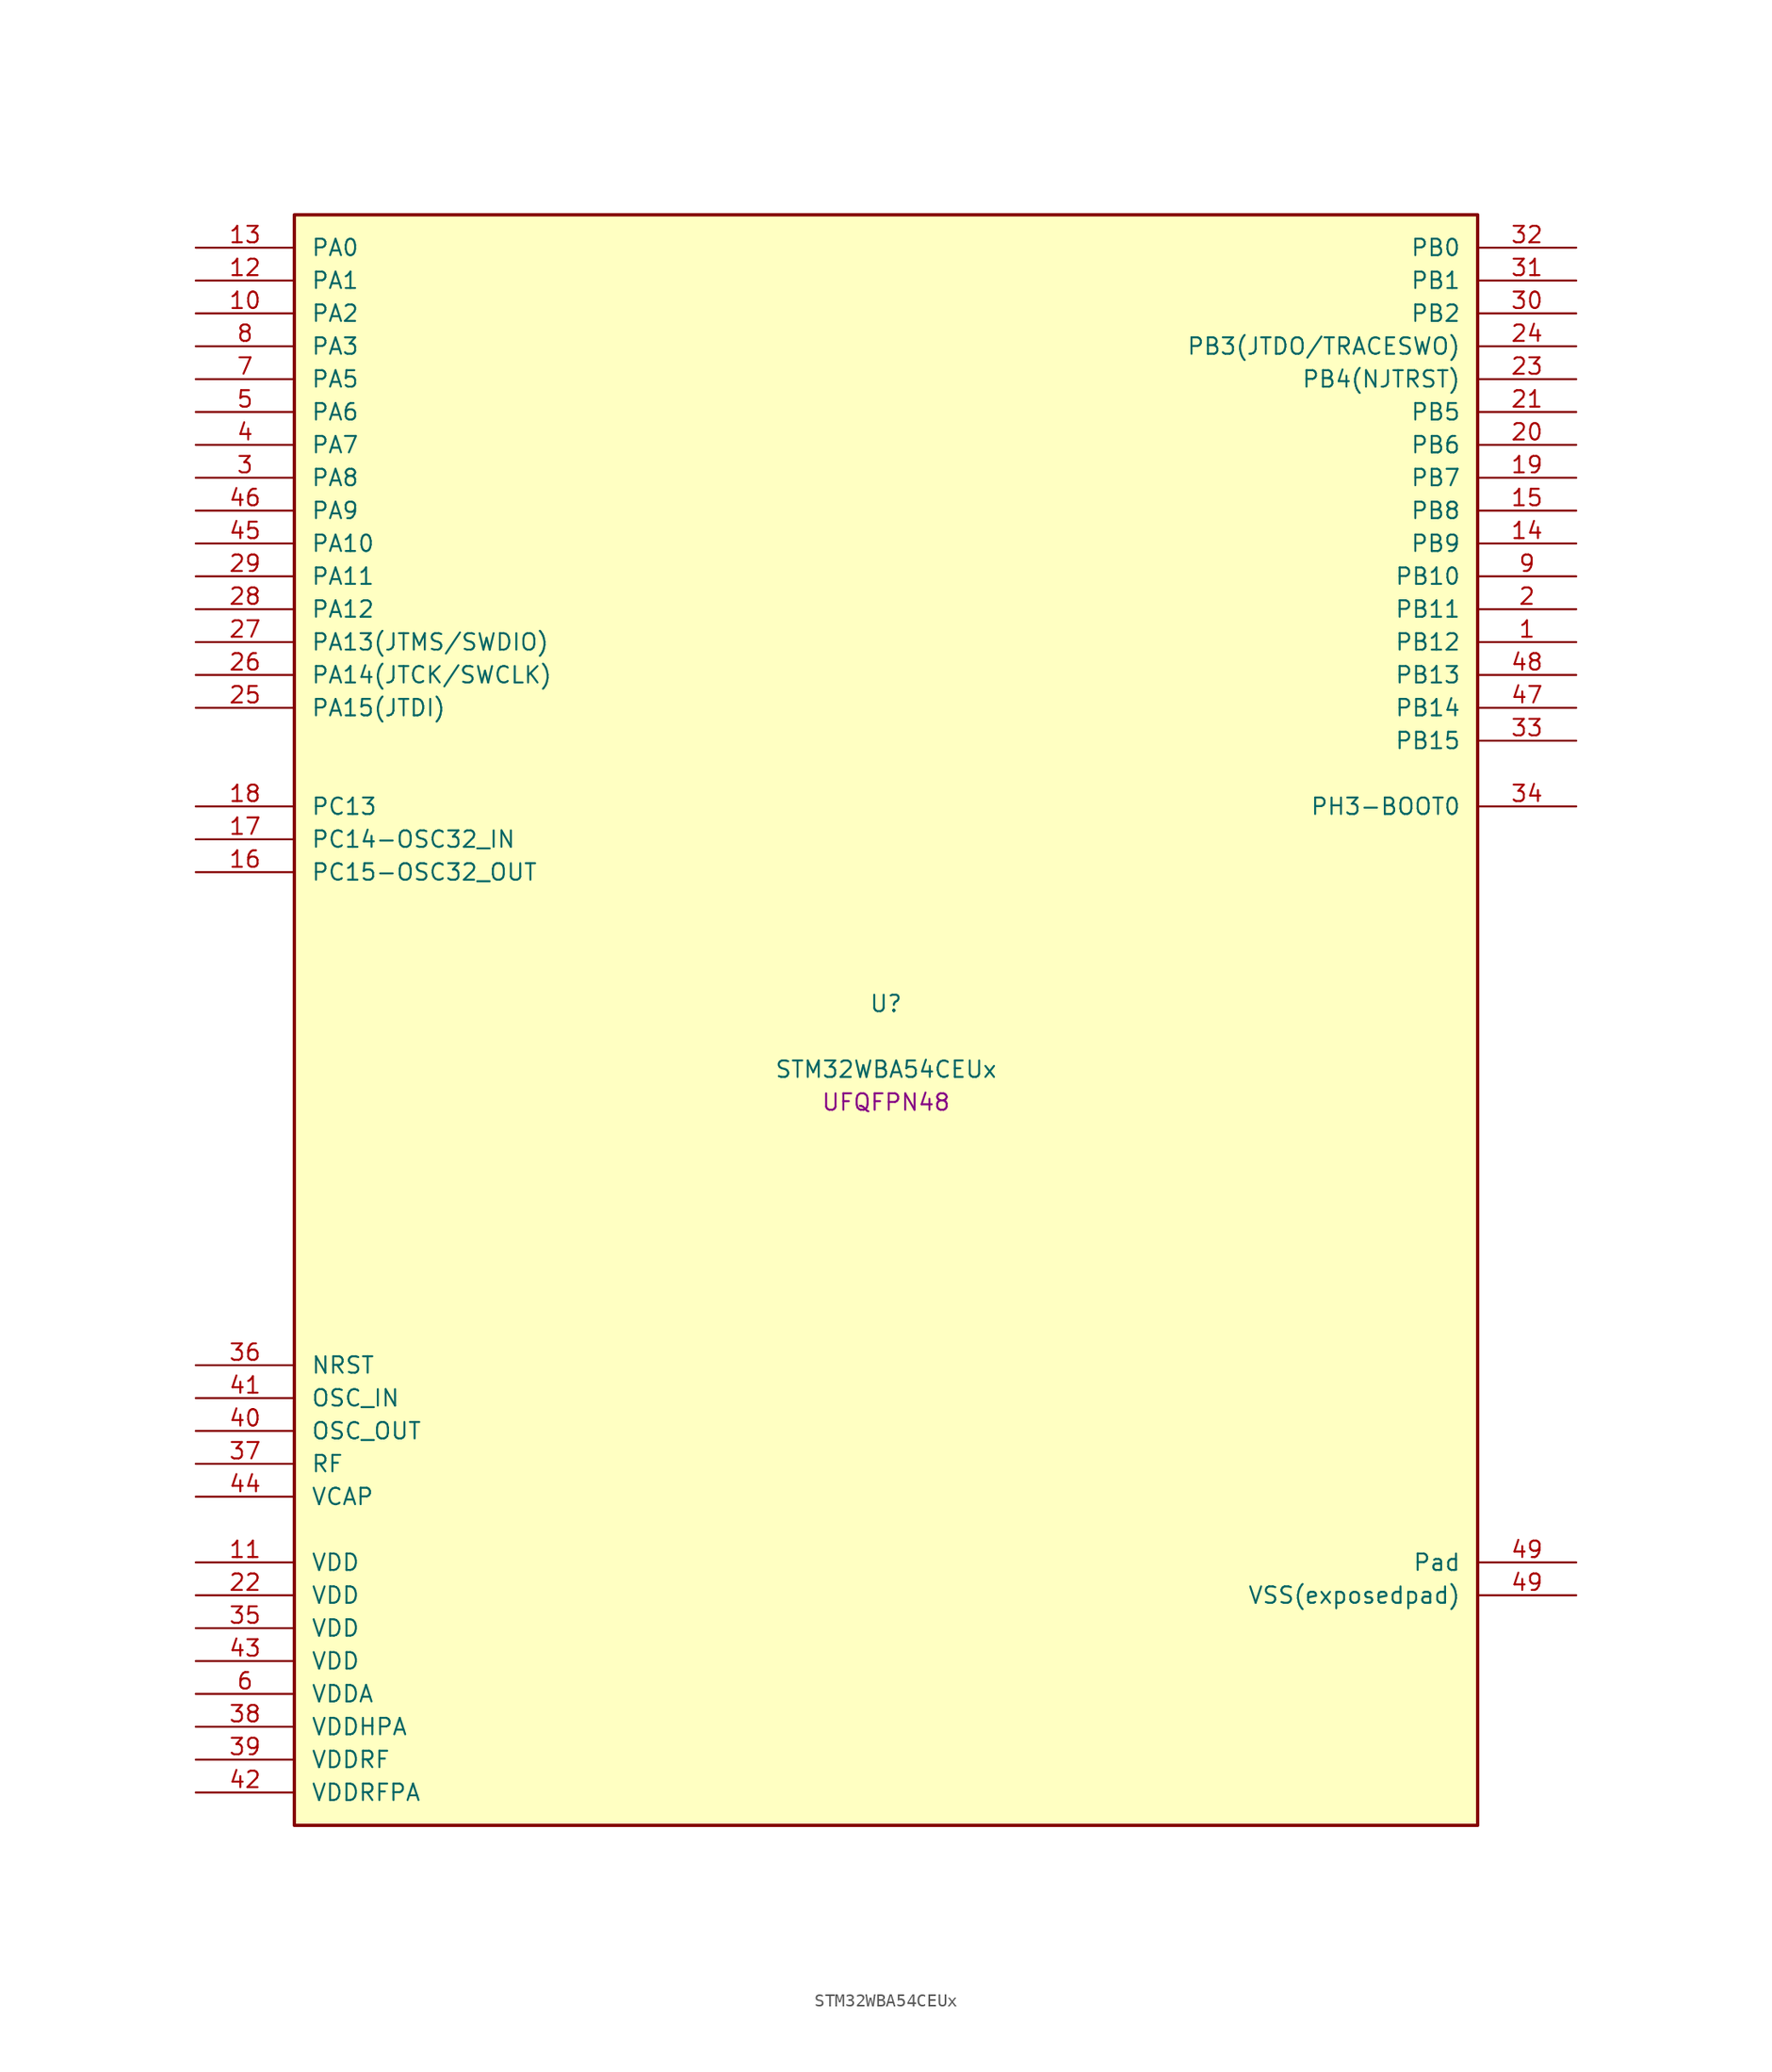
<source format=kicad_sym>
(kicad_symbol_lib
  (version 20241209)
  (generator "stm32_pkl_generator")
  (generator_version "1.0")
  (symbol "STM32WBA54CEUx"
    (pin_names
      (offset 1.27))
    (property "Reference" "U"
      (at 0 2.54 0))
    (property "Value" "STM32WBA54CEUx"
      (at 0 -2.54 0))
    (property "Footprint" "UFQFPN48"
      (at 0 -5.08 0))
    (symbol "STM32WBA54CEUx_1_1"
      (rectangle (start -45.72 63.5) (end 45.72 -60.96) (stroke (width 0.254) (type solid)) (fill (type background)))
      (pin bidirectional line (at -53.34 60.96 0) (length 7.62) (name "PA0") (number "13") (alternate "PA0/ADC4_IN9" bidirectional line) (alternate "PA0/COMP2_INP" bidirectional line) (alternate "PA0/LPTIM1_IN1" bidirectional line) (alternate "PA0/LPUART1_CTS" bidirectional line) (alternate "PA0/PWR_WKUP1" bidirectional line) (alternate "PA0/SPI3_SCK" bidirectional line) (alternate "PA0/TIM1_CH2N" bidirectional line) (alternate "PA0/TIM3_CH3" bidirectional line) (alternate "PA0/TIM3_ETR" bidirectional line) (alternate "PA0/TSC_G2_IO2" bidirectional line))
      (pin bidirectional line (at -53.34 58.42 0) (length 7.62) (name "PA1") (number "12") (alternate "PA1/ADC4_IN8" bidirectional line) (alternate "PA1/COMP1_INM" bidirectional line) (alternate "PA1/LPTIM2_CH2" bidirectional line) (alternate "PA1/LPUART1_RX" bidirectional line) (alternate "PA1/PWR_WKUP3" bidirectional line) (alternate "PA1/SAI1_CK1" bidirectional line) (alternate "PA1/SPI1_RDY" bidirectional line) (alternate "PA1/TIM17_CH1" bidirectional line) (alternate "PA1/TIM1_CH1N" bidirectional line) (alternate "PA1/TIM3_CH2" bidirectional line) (alternate "PA1/TSC_G2_IO1" bidirectional line) (alternate "PA1/USART1_CK" bidirectional line))
      (pin bidirectional line (at -53.34 55.88 0) (length 7.62) (name "PA2") (number "10") (alternate "PA2/ADC4_IN7" bidirectional line) (alternate "PA2/COMP1_INP" bidirectional line) (alternate "PA2/LPUART1_TX" bidirectional line) (alternate "PA2/PWR_WKUP4" bidirectional line) (alternate "PA2/RCC_LSCO" bidirectional line) (alternate "PA2/SAI1_D1" bidirectional line) (alternate "PA2/TIM16_CH1" bidirectional line) (alternate "PA2/TIM1_BKIN" bidirectional line) (alternate "PA2/TIM3_CH1" bidirectional line) (alternate "PA2/TSC_G4_IO4" bidirectional line) (alternate "PA2/USART1_DE" bidirectional line) (alternate "PA2/USART1_RTS" bidirectional line))
      (pin bidirectional line (at -53.34 53.34 0) (length 7.62) (name "PA3") (number "8") (alternate "PA3/ADC4_IN6" bidirectional line) (alternate "PA3/PWR_WKUP5" bidirectional line) (alternate "PA3/TIM16_CH1N" bidirectional line) (alternate "PA3/TSC_G4_IO2" bidirectional line) (alternate "PA3/USART1_DE" bidirectional line) (alternate "PA3/USART1_RTS" bidirectional line))
      (pin bidirectional line (at -53.34 50.8 0) (length 7.62) (name "PA5") (number "7") (alternate "PA5/ADC4_IN4" bidirectional line) (alternate "PA5/AUDIOCLK" bidirectional line) (alternate "PA5/LPTIM2_ETR" bidirectional line) (alternate "PA5/PWR_CSLEEP" bidirectional line) (alternate "PA5/PWR_WKUP6" bidirectional line) (alternate "PA5/SAI1_D2" bidirectional line) (alternate "PA5/SPI3_NSS" bidirectional line) (alternate "PA5/TIM2_CH1" bidirectional line) (alternate "PA5/TIM2_ETR" bidirectional line) (alternate "PA5/TSC_G1_IO4" bidirectional line) (alternate "PA5/USART1_CK" bidirectional line))
      (pin bidirectional line (at -53.34 48.26 0) (length 7.62) (name "PA6") (number "5") (alternate "PA6/ADC4_IN3" bidirectional line) (alternate "PA6/I2C3_SCL" bidirectional line) (alternate "PA6/PWR_CSTOP" bidirectional line) (alternate "PA6/PWR_WKUP7" bidirectional line) (alternate "PA6/SAI1_CK2" bidirectional line) (alternate "PA6/SAI1_MCLK_A" bidirectional line) (alternate "PA6/SPI3_RDY" bidirectional line) (alternate "PA6/TIM2_CH4" bidirectional line) (alternate "PA6/TSC_G1_IO3" bidirectional line) (alternate "PA6/USART1_DE" bidirectional line) (alternate "PA6/USART1_RTS" bidirectional line))
      (pin bidirectional line (at -53.34 45.72 0) (length 7.62) (name "PA7") (number "4") (alternate "PA7/ADC4_IN2" bidirectional line) (alternate "PA7/COMP1_OUT" bidirectional line) (alternate "PA7/I2C3_SDA" bidirectional line) (alternate "PA7/PWR_WKUP8" bidirectional line) (alternate "PA7/SAI1_SCK_A" bidirectional line) (alternate "PA7/TAMP_IN1" bidirectional line) (alternate "PA7/TAMP_OUT2" bidirectional line) (alternate "PA7/TIM2_CH3" bidirectional line) (alternate "PA7/TSC_G1_IO2" bidirectional line) (alternate "PA7/USART1_CTS" bidirectional line))
      (pin bidirectional line (at -53.34 43.18 0) (length 7.62) (name "PA8") (number "3") (alternate "PA8/ADC4_IN1" bidirectional line) (alternate "PA8/LPTIM1_CH2" bidirectional line) (alternate "PA8/RCC_MCO" bidirectional line) (alternate "PA8/SAI1_FS_A" bidirectional line) (alternate "PA8/SPI3_RDY" bidirectional line) (alternate "PA8/TIM2_CH2" bidirectional line) (alternate "PA8/TSC_G1_IO1" bidirectional line) (alternate "PA8/USART1_RX" bidirectional line))
      (pin bidirectional line (at -53.34 40.64 0) (length 7.62) (name "PA9") (number "46") (alternate "PA9/LPUART1_DE" bidirectional line) (alternate "PA9/LPUART1_RTS" bidirectional line) (alternate "PA9/SAI1_CK1" bidirectional line) (alternate "PA9/TIM3_CH2" bidirectional line))
      (pin bidirectional line (at -53.34 38.1 0) (length 7.62) (name "PA10") (number "45") (alternate "PA10/LPUART1_RX" bidirectional line) (alternate "PA10/SAI1_D1" bidirectional line) (alternate "PA10/TIM3_CH1" bidirectional line))
      (pin bidirectional line (at -53.34 35.56 0) (length 7.62) (name "PA11") (number "29") (alternate "PA11/LPTIM2_CH1" bidirectional line) (alternate "PA11/RF_ANTSW1" bidirectional line) (alternate "PA11/TIM1_CH1" bidirectional line) (alternate "PA11/USART2_RX" bidirectional line))
      (pin bidirectional line (at -53.34 33.02 0) (length 7.62) (name "PA12") (number "28") (alternate "PA12/COMP2_OUT" bidirectional line) (alternate "PA12/PTA_STATUS" bidirectional line) (alternate "PA12/PWR_WKUP6" bidirectional line) (alternate "PA12/RF_ANTSW0" bidirectional line) (alternate "PA12/SPI1_NSS" bidirectional line) (alternate "PA12/TIM1_CH2" bidirectional line) (alternate "PA12/TSC_G3_IO4" bidirectional line) (alternate "PA12/USART2_TX" bidirectional line))
      (pin bidirectional line (at -53.34 30.48 0) (length 7.62) (name "PA13(JTMS/SWDIO)") (number "27") (alternate "PA13(JTMS/SWDIO)/DEBUG_JTMS-SWDIO" bidirectional line) (alternate "PA13(JTMS/SWDIO)/IR_OUT" bidirectional line) (alternate "PA13(JTMS/SWDIO)/PTA_PRIORITY" bidirectional line))
      (pin bidirectional line (at -53.34 27.94 0) (length 7.62) (name "PA14(JTCK/SWCLK)") (number "26") (alternate "PA14(JTCK/SWCLK)/COMP2_OUT" bidirectional line) (alternate "PA14(JTCK/SWCLK)/DEBUG_JTCK-SWCLK" bidirectional line) (alternate "PA14(JTCK/SWCLK)/PTA_STATUS" bidirectional line) (alternate "PA14(JTCK/SWCLK)/TAMP_IN3" bidirectional line) (alternate "PA14(JTCK/SWCLK)/TAMP_OUT6" bidirectional line) (alternate "PA14(JTCK/SWCLK)/USART2_TX" bidirectional line))
      (pin bidirectional line (at -53.34 25.4 0) (length 7.62) (name "PA15(JTDI)") (number "25") (alternate "PA15(JTDI)/ADC4_EXTI15" bidirectional line) (alternate "PA15(JTDI)/DEBUG_JTDI" bidirectional line) (alternate "PA15(JTDI)/I2C1_SCL" bidirectional line) (alternate "PA15(JTDI)/LPTIM1_CH2" bidirectional line) (alternate "PA15(JTDI)/PTA_STATUS" bidirectional line) (alternate "PA15(JTDI)/SPI1_MOSI" bidirectional line) (alternate "PA15(JTDI)/TIM17_BKIN" bidirectional line) (alternate "PA15(JTDI)/TIM1_ETR" bidirectional line) (alternate "PA15(JTDI)/TSC_G3_IO3" bidirectional line) (alternate "PA15(JTDI)/USART2_DE" bidirectional line) (alternate "PA15(JTDI)/USART2_RTS" bidirectional line))
      (pin bidirectional line (at 53.34 60.96 180) (length 7.62) (name "PB0") (number "32") (alternate "PB0/LPTIM2_IN2" bidirectional line) (alternate "PB0/TIM1_CH3N" bidirectional line) (alternate "PB0/USART2_TX" bidirectional line))
      (pin bidirectional line (at 53.34 58.42 180) (length 7.62) (name "PB1") (number "31") (alternate "PB1/I2C1_SDA" bidirectional line) (alternate "PB1/I2C3_SDA" bidirectional line) (alternate "PB1/PWR_WKUP4" bidirectional line) (alternate "PB1/TIM1_CH2N" bidirectional line) (alternate "PB1/USART2_DE" bidirectional line) (alternate "PB1/USART2_RTS" bidirectional line))
      (pin bidirectional line (at 53.34 55.88 180) (length 7.62) (name "PB2") (number "30") (alternate "PB2/I2C1_SCL" bidirectional line) (alternate "PB2/I2C3_SCL" bidirectional line) (alternate "PB2/PWR_WKUP1" bidirectional line) (alternate "PB2/RF_ANTSW2" bidirectional line) (alternate "PB2/RTC_OUT2" bidirectional line) (alternate "PB2/TIM1_CH1N" bidirectional line) (alternate "PB2/USART2_CTS" bidirectional line))
      (pin bidirectional line (at 53.34 53.34 180) (length 7.62) (name "PB3(JTDO/TRACESWO)") (number "24") (alternate "PB3(JTDO/TRACESWO)/DEBUG_JTDO-SWO" bidirectional line) (alternate "PB3(JTDO/TRACESWO)/I2C1_SDA" bidirectional line) (alternate "PB3(JTDO/TRACESWO)/LPTIM1_IN2" bidirectional line) (alternate "PB3(JTDO/TRACESWO)/PTA_ACTIVE" bidirectional line) (alternate "PB3(JTDO/TRACESWO)/SPI1_MISO" bidirectional line) (alternate "PB3(JTDO/TRACESWO)/TIM17_CH1N" bidirectional line) (alternate "PB3(JTDO/TRACESWO)/TIM1_CH4" bidirectional line) (alternate "PB3(JTDO/TRACESWO)/TSC_G3_IO2" bidirectional line) (alternate "PB3(JTDO/TRACESWO)/USART2_CK" bidirectional line))
      (pin bidirectional line (at 53.34 50.8 180) (length 7.62) (name "PB4(NJTRST)") (number "23") (alternate "PB4(NJTRST)/DEBUG_JTRST" bidirectional line) (alternate "PB4(NJTRST)/LPTIM2_IN2" bidirectional line) (alternate "PB4(NJTRST)/PTA_ACTIVE" bidirectional line) (alternate "PB4(NJTRST)/PTA_PRIORITY" bidirectional line) (alternate "PB4(NJTRST)/SAI1_MCLK_B" bidirectional line) (alternate "PB4(NJTRST)/SPI1_SCK" bidirectional line) (alternate "PB4(NJTRST)/TIM17_CH1" bidirectional line) (alternate "PB4(NJTRST)/TIM1_CH3" bidirectional line) (alternate "PB4(NJTRST)/TSC_G3_IO1" bidirectional line) (alternate "PB4(NJTRST)/USART2_RX" bidirectional line))
      (pin bidirectional line (at 53.34 48.26 180) (length 7.62) (name "PB5") (number "21") (alternate "PB5/LPUART1_TX" bidirectional line) (alternate "PB5/SAI1_D2" bidirectional line) (alternate "PB5/SAI1_FS_B" bidirectional line) (alternate "PB5/TIM3_CH1" bidirectional line) (alternate "PB5/TSC_G5_IO4" bidirectional line))
      (pin bidirectional line (at 53.34 45.72 180) (length 7.62) (name "PB6") (number "20") (alternate "PB6/PWR_WKUP3" bidirectional line) (alternate "PB6/SAI1_SCK_B" bidirectional line) (alternate "PB6/TIM2_CH1" bidirectional line) (alternate "PB6/TIM2_ETR" bidirectional line) (alternate "PB6/TSC_G5_IO3" bidirectional line))
      (pin bidirectional line (at 53.34 43.18 180) (length 7.62) (name "PB7") (number "19") (alternate "PB7/PWR_WKUP5" bidirectional line) (alternate "PB7/SAI1_SD_B" bidirectional line) (alternate "PB7/TAMP_IN5" bidirectional line) (alternate "PB7/TAMP_OUT4" bidirectional line) (alternate "PB7/TIM1_CH4N" bidirectional line) (alternate "PB7/TSC_G5_IO2" bidirectional line))
      (pin bidirectional line (at 53.34 40.64 180) (length 7.62) (name "PB8") (number "15") (alternate "PB8/COMP1_OUT" bidirectional line) (alternate "PB8/LPTIM1_ETR" bidirectional line) (alternate "PB8/PWR_PVD_IN" bidirectional line) (alternate "PB8/SPI3_MOSI" bidirectional line) (alternate "PB8/TIM16_CH1N" bidirectional line) (alternate "PB8/TIM1_CH1" bidirectional line) (alternate "PB8/TIM3_ETR" bidirectional line) (alternate "PB8/TSC_G2_IO4" bidirectional line) (alternate "PB8/USART2_RX" bidirectional line))
      (pin bidirectional line (at 53.34 38.1 180) (length 7.62) (name "PB9") (number "14") (alternate "PB9/ADC4_IN10" bidirectional line) (alternate "PB9/COMP2_INM" bidirectional line) (alternate "PB9/IR_OUT" bidirectional line) (alternate "PB9/LPTIM2_IN1" bidirectional line) (alternate "PB9/LPUART1_DE" bidirectional line) (alternate "PB9/LPUART1_RTS" bidirectional line) (alternate "PB9/PWR_WKUP8" bidirectional line) (alternate "PB9/SPI3_MISO" bidirectional line) (alternate "PB9/TIM16_CH1" bidirectional line) (alternate "PB9/TIM1_CH3N" bidirectional line) (alternate "PB9/TIM3_CH4" bidirectional line) (alternate "PB9/TSC_G2_IO3" bidirectional line))
      (pin bidirectional line (at 53.34 35.56 180) (length 7.62) (name "PB10") (number "9") (alternate "PB10/TIM16_BKIN" bidirectional line) (alternate "PB10/TSC_G4_IO3" bidirectional line) (alternate "PB10/USART1_CK" bidirectional line))
      (pin bidirectional line (at 53.34 33.02 180) (length 7.62) (name "PB11") (number "2") (alternate "PB11/LPTIM1_CH1" bidirectional line) (alternate "PB11/LPTIM1_ETR" bidirectional line) (alternate "PB11/LPUART1_TX" bidirectional line))
      (pin bidirectional line (at 53.34 30.48 180) (length 7.62) (name "PB12") (number "1") (alternate "PB12/SAI1_SD_A" bidirectional line) (alternate "PB12/SPI1_RDY" bidirectional line) (alternate "PB12/TIM2_CH1" bidirectional line) (alternate "PB12/TIM2_ETR" bidirectional line) (alternate "PB12/TIM3_ETR" bidirectional line) (alternate "PB12/TSC_SYNC" bidirectional line) (alternate "PB12/USART1_TX" bidirectional line))
      (pin bidirectional line (at 53.34 27.94 180) (length 7.62) (name "PB13") (number "48") (alternate "PB13/TIM3_CH4" bidirectional line) (alternate "PB13/TSC_G6_IO2" bidirectional line))
      (pin bidirectional line (at 53.34 25.4 180) (length 7.62) (name "PB14") (number "47") (alternate "PB14/PWR_WKUP7" bidirectional line) (alternate "PB14/RTC_REFIN" bidirectional line) (alternate "PB14/SAI1_SD_A" bidirectional line) (alternate "PB14/TIM3_CH3" bidirectional line) (alternate "PB14/TSC_G6_IO1" bidirectional line) (alternate "PB14/USART1_TX" bidirectional line))
      (pin bidirectional line (at 53.34 22.86 180) (length 7.62) (name "PB15") (number "33") (alternate "PB15/ADC4_EXTI15" bidirectional line) (alternate "PB15/I2C1_SMBA" bidirectional line) (alternate "PB15/I2C3_SMBA" bidirectional line) (alternate "PB15/LPUART1_CTS" bidirectional line) (alternate "PB15/PTA_GRANT" bidirectional line) (alternate "PB15/RF_EXTPABYP" bidirectional line) (alternate "PB15/TIM16_BKIN" bidirectional line) (alternate "PB15/TIM1_BKIN2" bidirectional line) (alternate "PB15/USART2_CTS" bidirectional line))
      (pin bidirectional line (at -53.34 17.78 0) (length 7.62) (name "PC13") (number "18") (alternate "PC13/PWR_WKUP2" bidirectional line) (alternate "PC13/RTC_OUT1" bidirectional line) (alternate "PC13/RTC_TS" bidirectional line) (alternate "PC13/TAMP_IN4" bidirectional line) (alternate "PC13/TAMP_OUT5" bidirectional line) (alternate "PC13/TIM1_BKIN2" bidirectional line) (alternate "PC13/TSC_G5_IO1" bidirectional line))
      (pin bidirectional line (at -53.34 15.24 0) (length 7.62) (name "PC14-OSC32_IN") (number "17") (alternate "PC14-OSC32_IN/RCC_OSC32_IN" bidirectional line))
      (pin bidirectional line (at -53.34 12.7 0) (length 7.62) (name "PC15-OSC32_OUT") (number "16") (alternate "PC15-OSC32_OUT/ADC4_EXTI15" bidirectional line) (alternate "PC15-OSC32_OUT/RCC_OSC32_OUT" bidirectional line))
      (pin bidirectional line (at 53.34 17.78 180) (length 7.62) (name "PH3-BOOT0") (number "34") (alternate "PH3-BOOT0/PTA_GRANT" bidirectional line) (alternate "PH3-BOOT0/RF_EXTPABYP" bidirectional line) (alternate "PH3-BOOT0/TAMP_IN2" bidirectional line) (alternate "PH3-BOOT0/TAMP_OUT1" bidirectional line))
      (pin input line (at -53.34 -25.4 0) (length 7.62) (name "NRST") (number "36"))
      (pin bidirectional line (at -53.34 -27.94 0) (length 7.62) (name "OSC_IN") (number "41") (alternate "OSC_IN/RCC_OSC_IN" bidirectional line))
      (pin bidirectional line (at -53.34 -30.48 0) (length 7.62) (name "OSC_OUT") (number "40") (alternate "OSC_OUT/RCC_OSC_OUT" bidirectional line))
      (pin bidirectional line (at -53.34 -33.02 0) (length 7.62) (name "RF") (number "37"))
      (pin power_in line (at -53.34 -35.56 0) (length 7.62) (name "VCAP") (number "44"))
      (pin power_in line (at -53.34 -40.64 0) (length 7.62) (name "VDD") (number "11"))
      (pin power_in line (at -53.34 -43.18 0) (length 7.62) (name "VDD") (number "22"))
      (pin power_in line (at -53.34 -45.72 0) (length 7.62) (name "VDD") (number "35"))
      (pin power_in line (at -53.34 -48.26 0) (length 7.62) (name "VDD") (number "43"))
      (pin power_in line (at -53.34 -50.8 0) (length 7.62) (name "VDDA") (number "6"))
      (pin power_in line (at -53.34 -53.34 0) (length 7.62) (name "VDDHPA") (number "38"))
      (pin power_in line (at -53.34 -55.88 0) (length 7.62) (name "VDDRF") (number "39"))
      (pin power_in line (at -53.34 -58.42 0) (length 7.62) (name "VDDRFPA") (number "42"))
      (pin passive line (at 53.34 -40.64 180) (length 7.62) (name "Pad") (number "49"))
      (pin power_in line (at 53.34 -43.18 180) (length 7.62) (name "VSS(exposedpad)") (number "49")))))
</source>
